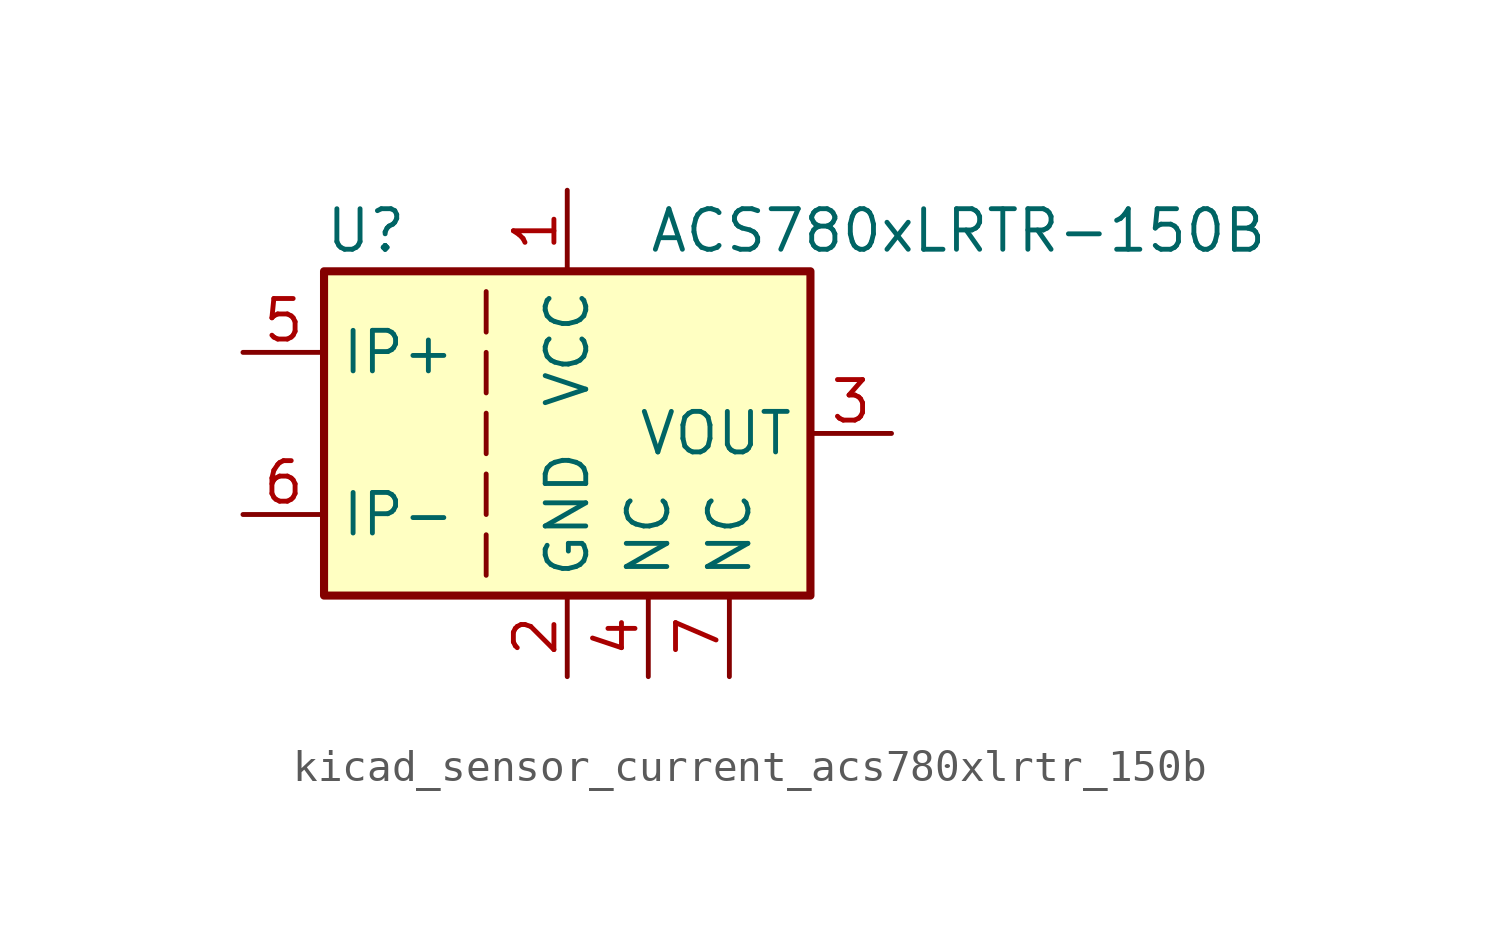
<source format=kicad_sym>
(kicad_symbol_lib
  (version 20220914)
  (generator kicad_symbol_editor)
  (symbol "kicad_sensor_current_acs780xlrtr_150b"
    (property "Reference" "U"
      (at -7.62 6.35 0)
      (effects (font (size 1.27 1.27)) (justify left)))
    (property "Value" "ACS780xLRTR-150B"
      (at 2.54 6.35 0)
      (effects (font (size 1.27 1.27)) (justify left)))
    (symbol "kicad_sensor_current_acs780xlrtr_150b_0_1"
      (rectangle (start -7.62 5.08) (end 7.62 -5.08) (stroke (width 0.254) (type default)) (fill (type background)))
      (polyline (pts (xy -2.54 -3.175) (xy -2.54 -4.445)) (stroke (width 0) (type default)) (fill (type none)))
      (polyline (pts (xy -2.54 -1.27) (xy -2.54 -2.54)) (stroke (width 0) (type default)) (fill (type none)))
      (polyline (pts (xy -2.54 0.635) (xy -2.54 -0.635)) (stroke (width 0) (type default)) (fill (type none)))
      (polyline (pts (xy -2.54 1.27) (xy -2.54 2.54)) (stroke (width 0) (type default)) (fill (type none)))
      (polyline (pts (xy -2.54 3.175) (xy -2.54 4.445)) (stroke (width 0) (type default)) (fill (type none))))
    (symbol "kicad_sensor_current_acs780xlrtr_150b_1_1"
      (pin power_in line (at 0 7.62 270) (length 2.54) (name "VCC" (effects (font (size 1.27 1.27)))) (number "1" (effects (font (size 1.27 1.27)))))
      (pin power_in line (at 0 -7.62 90) (length 2.54) (name "GND" (effects (font (size 1.27 1.27)))) (number "2" (effects (font (size 1.27 1.27)))))
      (pin output line (at 10.16 0 180) (length 2.54) (name "VOUT" (effects (font (size 1.27 1.27)))) (number "3" (effects (font (size 1.27 1.27)))))
      (pin passive line (at 2.54 -7.62 90) (length 2.54) (name "NC" (effects (font (size 1.27 1.27)))) (number "4" (effects (font (size 1.27 1.27)))))
      (pin passive line (at -10.16 2.54 0) (length 2.54) (name "IP+" (effects (font (size 1.27 1.27)))) (number "5" (effects (font (size 1.27 1.27)))))
      (pin passive line (at -10.16 -2.54 0) (length 2.54) (name "IP-" (effects (font (size 1.27 1.27)))) (number "6" (effects (font (size 1.27 1.27)))))
      (pin passive line (at 5.08 -7.62 90) (length 2.54) (name "NC" (effects (font (size 1.27 1.27)))) (number "7" (effects (font (size 1.27 1.27))))))))
</source>
